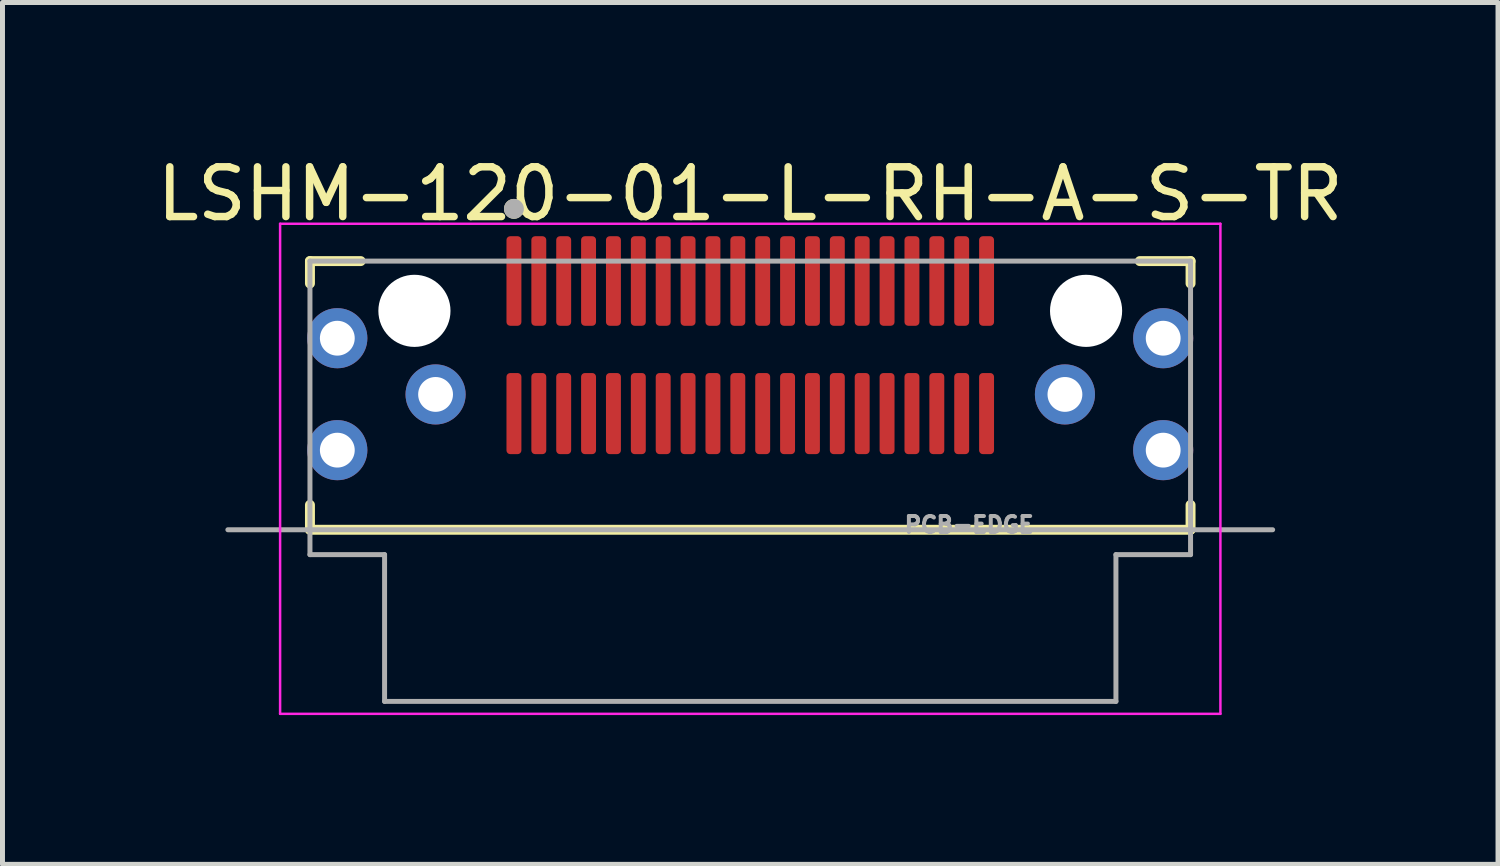
<source format=kicad_pcb>
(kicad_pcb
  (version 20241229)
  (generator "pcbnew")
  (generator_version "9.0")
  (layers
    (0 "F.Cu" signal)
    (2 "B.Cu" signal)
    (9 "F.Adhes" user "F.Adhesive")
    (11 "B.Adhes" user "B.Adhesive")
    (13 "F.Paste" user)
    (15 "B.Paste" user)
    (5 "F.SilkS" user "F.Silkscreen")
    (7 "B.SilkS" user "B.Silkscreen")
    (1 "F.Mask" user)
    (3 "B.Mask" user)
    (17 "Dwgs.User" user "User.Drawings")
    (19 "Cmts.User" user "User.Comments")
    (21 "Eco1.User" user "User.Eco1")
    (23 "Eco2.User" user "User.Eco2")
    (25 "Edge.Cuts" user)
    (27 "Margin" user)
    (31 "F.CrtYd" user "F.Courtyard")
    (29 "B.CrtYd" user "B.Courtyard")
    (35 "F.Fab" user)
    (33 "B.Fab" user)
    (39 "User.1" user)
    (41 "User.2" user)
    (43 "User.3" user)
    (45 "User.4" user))
  (footprint "LSHM-120-01-L-RH-A-S-TR"
    (layer "F.Cu")
    (at 12.03 3.198)
    (property "Reference" "LSHM-120-01-L-RH-A-S-TR" (at 0 -2.35 0) (layer "F.SilkS") (effects (font (size 1 1) (thickness 0.15))))
    (attr smd)
    (fp_line (start -8.85 -1) (end -7.83 -1) (stroke (width 0.2) (type solid)) (layer "F.SilkS"))
    (fp_line (start -8.85 -0.55) (end -8.85 -1) (stroke (width 0.2) (type solid)) (layer "F.SilkS"))
    (fp_line (start -8.85 3.9) (end -8.85 4.4) (stroke (width 0.2) (type solid)) (layer "F.SilkS"))
    (fp_line (start -8.85 4.4) (end 8.85 4.4) (stroke (width 0.2) (type solid)) (layer "F.SilkS"))
    (fp_line (start 7.83 -1) (end 8.85 -1) (stroke (width 0.2) (type solid)) (layer "F.SilkS"))
    (fp_line (start 8.85 -1) (end 8.85 -0.55) (stroke (width 0.2) (type solid)) (layer "F.SilkS"))
    (fp_line (start 8.85 4.4) (end 8.85 3.9) (stroke (width 0.2) (type solid)) (layer "F.SilkS"))
    (fp_circle (center -4.75 -2.05) (end -4.65 -2.05) (stroke (width 0.2) (type solid)) (fill no) (layer "F.SilkS"))
    (fp_circle (center -8.3 2.8) (end -7.875 2.8) (stroke (width 0.85) (type solid)) (fill no) (layer "F.Paste"))
    (fp_circle (center 8.3 2.8) (end 8.725 2.8) (stroke (width 0.85) (type solid)) (fill no) (layer "F.Paste"))
    (fp_poly (pts (xy -7.955 -0.227) (xy -7.979 -0.236) (xy -8 -0.243) (xy -8.02 -0.25) (xy -8.04 -0.256) (xy -8.06 -0.262) (xy -8.081 -0.267) (xy -8.102 -0.271) (xy -8.122 -0.276) (xy -8.143 -0.279) (xy -8.164 -0.283) (xy -8.185 -0.286) (xy -8.206 -0.288) (xy -8.228 -0.29) (xy -8.249 -0.291) (xy -8.27 -0.292) (xy -8.291 -0.293) (xy -8.312 -0.293) (xy -8.333 -0.292) (xy -8.355 -0.291) (xy -8.376 -0.29) (xy -8.397 -0.288) (xy -8.418 -0.286) (xy -8.439 -0.283) (xy -8.46 -0.28) (xy -8.481 -0.276) (xy -8.502 -0.272) (xy -8.522 -0.267) (xy -8.543 -0.262) (xy -8.563 -0.257) (xy -8.591 -0.249) (xy -8.632 -0.232) (xy -8.673 -0.214) (xy -8.712 -0.193) (xy -8.75 -0.171) (xy -8.788 -0.146) (xy -8.823 -0.12) (xy -8.858 -0.092) (xy -8.89 -0.061) (xy -8.922 -0.03) (xy -8.951 0.004) (xy -8.979 0.038) (xy -9.005 0.075) (xy -9.029 0.112) (xy -9.051 0.151) (xy -9.07 0.191) (xy -9.088 0.232) (xy -9.104 0.273) (xy -9.117 0.316) (xy -9.128 0.359) (xy -9.137 0.402) (xy -9.144 0.446) (xy -9.148 0.491) (xy -9.15 0.535) (xy -9.149 0.58) (xy -9.147 0.624) (xy -9.142 0.668) (xy -9.134 0.712) (xy -9.125 0.756) (xy -9.113 0.799) (xy -9.099 0.841) (xy -9.082 0.882) (xy -9.064 0.923) (xy -9.043 0.962) (xy -9.021 1) (xy -8.996 1.038) (xy -8.97 1.073) (xy -8.942 1.108) (xy -8.911 1.14) (xy -8.88 1.172) (xy -8.846 1.201) (xy -8.812 1.229) (xy -8.775 1.255) (xy -8.738 1.279) (xy -8.699 1.301) (xy -8.659 1.32) (xy -8.618 1.338) (xy -8.577 1.354) (xy -8.534 1.367) (xy -8.491 1.378) (xy -8.448 1.387) (xy -8.404 1.394) (xy -8.359 1.398) (xy -8.315 1.4) (xy -8.27 1.399) (xy -8.226 1.397) (xy -8.182 1.392) (xy -8.138 1.384) (xy -8.094 1.375) (xy -8.051 1.363) (xy -8.009 1.349) (xy -7.989 1.341) (xy -7.969 1.333) (xy -7.949 1.324) (xy -7.929 1.315) (xy -7.91 1.305) (xy -7.89 1.295) (xy -7.871 1.284) (xy -7.853 1.273) (xy -7.834 1.261) (xy -7.816 1.249) (xy -7.798 1.236) (xy -7.781 1.223) (xy -7.764 1.21) (xy -7.747 1.196) (xy -7.731 1.181) (xy -7.715 1.167) (xy -7.699 1.151) (xy -7.684 1.136) (xy -7.669 1.12) (xy -7.655 1.103) (xy -7.641 1.087) (xy -7.627 1.07) (xy -7.614 1.052) (xy -7.601 1.035) (xy -7.589 1.016) (xy -7.577 0.998) (xy -7.566 0.979) (xy -7.555 0.961) (xy -7.545 0.941) (xy -7.536 0.924) (xy -7.955 -0.227) (xy -7.955 -0.227)) (stroke (width 0.01) (type solid)) (fill yes) (layer "F.Paste"))
    (fp_poly (pts (xy -7.069 1.269) (xy -7.081 1.292) (xy -7.089 1.311) (xy -7.097 1.331) (xy -7.105 1.351) (xy -7.113 1.371) (xy -7.12 1.391) (xy -7.126 1.411) (xy -7.132 1.431) (xy -7.138 1.452) (xy -7.143 1.472) (xy -7.147 1.493) (xy -7.152 1.514) (xy -7.155 1.535) (xy -7.159 1.556) (xy -7.161 1.577) (xy -7.164 1.598) (xy -7.166 1.619) (xy -7.167 1.64) (xy -7.168 1.661) (xy -7.168 1.682) (xy -7.168 1.703) (xy -7.168 1.725) (xy -7.167 1.746) (xy -7.166 1.767) (xy -7.164 1.788) (xy -7.162 1.809) (xy -7.159 1.83) (xy -7.155 1.851) (xy -7.152 1.872) (xy -7.146 1.9) (xy -7.133 1.943) (xy -7.119 1.985) (xy -7.102 2.026) (xy -7.082 2.066) (xy -7.061 2.105) (xy -7.038 2.143) (xy -7.013 2.18) (xy -6.986 2.215) (xy -6.957 2.249) (xy -6.926 2.281) (xy -6.894 2.312) (xy -6.86 2.341) (xy -6.825 2.368) (xy -6.788 2.393) (xy -6.75 2.416) (xy -6.711 2.437) (xy -6.671 2.457) (xy -6.63 2.474) (xy -6.588 2.488) (xy -6.545 2.501) (xy -6.502 2.511) (xy -6.458 2.52) (xy -6.414 2.525) (xy -6.369 2.529) (xy -6.325 2.53) (xy -6.281 2.529) (xy -6.236 2.525) (xy -6.192 2.52) (xy -6.148 2.511) (xy -6.105 2.501) (xy -6.062 2.488) (xy -6.02 2.474) (xy -5.979 2.457) (xy -5.939 2.437) (xy -5.9 2.416) (xy -5.862 2.393) (xy -5.825 2.368) (xy -5.79 2.341) (xy -5.756 2.312) (xy -5.724 2.281) (xy -5.693 2.249) (xy -5.664 2.215) (xy -5.637 2.18) (xy -5.612 2.143) (xy -5.589 2.105) (xy -5.568 2.066) (xy -5.548 2.026) (xy -5.531 1.985) (xy -5.517 1.943) (xy -5.504 1.9) (xy -5.494 1.857) (xy -5.485 1.813) (xy -5.48 1.769) (xy -5.476 1.724) (xy -5.475 1.68) (xy -5.476 1.636) (xy -5.48 1.591) (xy -5.485 1.547) (xy -5.494 1.503) (xy -5.504 1.46) (xy -5.51 1.439) (xy -5.516 1.418) (xy -5.523 1.398) (xy -5.531 1.377) (xy -5.539 1.357) (xy -5.547 1.337) (xy -5.556 1.317) (xy -5.566 1.297) (xy -5.576 1.278) (xy -5.587 1.259) (xy -5.598 1.24) (xy -5.609 1.222) (xy -5.621 1.203) (xy -5.634 1.185) (xy -5.646 1.168) (xy -5.66 1.151) (xy -5.674 1.134) (xy -5.688 1.117) (xy -5.702 1.101) (xy -5.717 1.085) (xy -5.733 1.07) (xy -5.749 1.055) (xy -5.765 1.04) (xy -5.781 1.026) (xy -5.798 1.012) (xy -5.816 0.999) (xy -5.833 0.986) (xy -5.851 0.974) (xy -5.869 0.962) (xy -5.886 0.952) (xy -7.069 1.269) (xy -7.069 1.269)) (stroke (width 0.01) (type solid)) (fill yes) (layer "F.Paste"))
    (fp_poly (pts (xy 5.886 0.952) (xy 5.875 0.959) (xy 5.857 0.971) (xy 5.84 0.984) (xy 5.823 0.997) (xy 5.806 1.011) (xy 5.79 1.025) (xy 5.773 1.039) (xy 5.758 1.054) (xy 5.742 1.069) (xy 5.727 1.084) (xy 5.712 1.1) (xy 5.698 1.116) (xy 5.684 1.132) (xy 5.67 1.149) (xy 5.657 1.165) (xy 5.644 1.183) (xy 5.631 1.2) (xy 5.619 1.218) (xy 5.607 1.236) (xy 5.596 1.254) (xy 5.585 1.273) (xy 5.575 1.292) (xy 5.565 1.311) (xy 5.555 1.33) (xy 5.546 1.35) (xy 5.537 1.37) (xy 5.529 1.389) (xy 5.521 1.409) (xy 5.514 1.43) (xy 5.506 1.454) (xy 5.495 1.497) (xy 5.487 1.541) (xy 5.481 1.585) (xy 5.478 1.629) (xy 5.477 1.674) (xy 5.478 1.718) (xy 5.481 1.762) (xy 5.487 1.807) (xy 5.495 1.85) (xy 5.506 1.894) (xy 5.518 1.936) (xy 5.533 1.978) (xy 5.55 2.019) (xy 5.569 2.059) (xy 5.591 2.099) (xy 5.614 2.137) (xy 5.639 2.173) (xy 5.666 2.209) (xy 5.695 2.242) (xy 5.726 2.275) (xy 5.758 2.305) (xy 5.792 2.334) (xy 5.827 2.361) (xy 5.864 2.386) (xy 5.902 2.41) (xy 5.941 2.431) (xy 5.981 2.45) (xy 6.022 2.467) (xy 6.064 2.482) (xy 6.107 2.495) (xy 6.15 2.505) (xy 6.194 2.513) (xy 6.238 2.519) (xy 6.282 2.522) (xy 6.327 2.524) (xy 6.371 2.522) (xy 6.416 2.519) (xy 6.46 2.513) (xy 6.504 2.505) (xy 6.547 2.495) (xy 6.589 2.482) (xy 6.631 2.467) (xy 6.673 2.45) (xy 6.713 2.431) (xy 6.752 2.41) (xy 6.79 2.386) (xy 6.826 2.361) (xy 6.862 2.334) (xy 6.896 2.305) (xy 6.928 2.275) (xy 6.958 2.242) (xy 6.987 2.209) (xy 7.014 2.173) (xy 7.04 2.137) (xy 7.063 2.099) (xy 7.084 2.059) (xy 7.103 2.019) (xy 7.12 1.978) (xy 7.135 1.936) (xy 7.148 1.894) (xy 7.152 1.876) (xy 7.157 1.855) (xy 7.161 1.834) (xy 7.165 1.812) (xy 7.168 1.791) (xy 7.171 1.77) (xy 7.173 1.748) (xy 7.174 1.727) (xy 7.175 1.705) (xy 7.176 1.684) (xy 7.176 1.662) (xy 7.175 1.64) (xy 7.174 1.619) (xy 7.172 1.597) (xy 7.169 1.576) (xy 7.166 1.554) (xy 7.163 1.533) (xy 7.159 1.512) (xy 7.155 1.491) (xy 7.149 1.47) (xy 7.144 1.449) (xy 7.138 1.428) (xy 7.131 1.408) (xy 7.124 1.387) (xy 7.116 1.367) (xy 7.108 1.347) (xy 7.099 1.328) (xy 7.09 1.308) (xy 7.08 1.289) (xy 7.069 1.269) (xy 5.886 0.952) (xy 5.886 0.952)) (stroke (width 0.01) (type solid)) (fill yes) (layer "F.Paste"))
    (fp_poly (pts (xy 7.536 0.924) (xy 7.545 0.939) (xy 7.556 0.958) (xy 7.567 0.976) (xy 7.579 0.994) (xy 7.592 1.012) (xy 7.605 1.029) (xy 7.618 1.046) (xy 7.631 1.063) (xy 7.645 1.08) (xy 7.66 1.096) (xy 7.674 1.112) (xy 7.689 1.128) (xy 7.705 1.143) (xy 7.72 1.158) (xy 7.736 1.172) (xy 7.753 1.187) (xy 7.77 1.2) (xy 7.787 1.214) (xy 7.804 1.227) (xy 7.821 1.239) (xy 7.839 1.252) (xy 7.858 1.263) (xy 7.876 1.275) (xy 7.895 1.286) (xy 7.914 1.296) (xy 7.933 1.306) (xy 7.952 1.316) (xy 7.972 1.325) (xy 7.991 1.334) (xy 8.011 1.342) (xy 8.053 1.356) (xy 8.096 1.368) (xy 8.14 1.378) (xy 8.184 1.385) (xy 8.228 1.39) (xy 8.272 1.393) (xy 8.317 1.393) (xy 8.361 1.392) (xy 8.405 1.387) (xy 8.449 1.381) (xy 8.493 1.372) (xy 8.536 1.361) (xy 8.579 1.347) (xy 8.62 1.332) (xy 8.661 1.314) (xy 8.701 1.294) (xy 8.74 1.272) (xy 8.777 1.248) (xy 8.813 1.222) (xy 8.848 1.195) (xy 8.881 1.165) (xy 8.913 1.134) (xy 8.943 1.101) (xy 8.972 1.067) (xy 8.998 1.031) (xy 9.023 0.994) (xy 9.045 0.956) (xy 9.066 0.916) (xy 9.084 0.876) (xy 9.101 0.834) (xy 9.115 0.792) (xy 9.127 0.749) (xy 9.136 0.706) (xy 9.144 0.662) (xy 9.149 0.618) (xy 9.151 0.573) (xy 9.152 0.529) (xy 9.15 0.484) (xy 9.145 0.44) (xy 9.139 0.396) (xy 9.13 0.352) (xy 9.119 0.309) (xy 9.105 0.267) (xy 9.09 0.225) (xy 9.072 0.184) (xy 9.052 0.145) (xy 9.03 0.106) (xy 9.006 0.068) (xy 8.981 0.032) (xy 8.953 -0.003) (xy 8.923 -0.036) (xy 8.892 -0.068) (xy 8.859 -0.098) (xy 8.825 -0.126) (xy 8.789 -0.153) (xy 8.752 -0.177) (xy 8.714 -0.2) (xy 8.674 -0.22) (xy 8.634 -0.239) (xy 8.593 -0.255) (xy 8.566 -0.264) (xy 8.546 -0.27) (xy 8.525 -0.276) (xy 8.504 -0.281) (xy 8.484 -0.286) (xy 8.463 -0.29) (xy 8.441 -0.293) (xy 8.42 -0.296) (xy 8.399 -0.299) (xy 8.378 -0.301) (xy 8.356 -0.302) (xy 8.335 -0.303) (xy 8.314 -0.304) (xy 8.292 -0.304) (xy 8.271 -0.303) (xy 8.25 -0.302) (xy 8.228 -0.3) (xy 8.207 -0.298) (xy 8.186 -0.295) (xy 8.165 -0.292) (xy 8.144 -0.288) (xy 8.123 -0.283) (xy 8.102 -0.279) (xy 8.081 -0.273) (xy 8.061 -0.267) (xy 8.041 -0.261) (xy 8.02 -0.254) (xy 8 -0.246) (xy 7.98 -0.238) (xy 7.955 -0.227) (xy 7.536 0.924) (xy 7.536 0.924)) (stroke (width 0.01) (type solid)) (fill yes) (layer "F.Paste"))
    (fp_line (start -9.45 -1.75) (end 9.45 -1.75) (stroke (width 0.05) (type solid)) (layer "F.CrtYd"))
    (fp_line (start -9.45 8.1) (end -9.45 -1.75) (stroke (width 0.05) (type solid)) (layer "F.CrtYd"))
    (fp_line (start 9.45 -1.75) (end 9.45 8.1) (stroke (width 0.05) (type solid)) (layer "F.CrtYd"))
    (fp_line (start 9.45 8.1) (end -9.45 8.1) (stroke (width 0.05) (type solid)) (layer "F.CrtYd"))
    (fp_line (start -10.5 4.4) (end 10.5 4.4) (stroke (width 0.1) (type solid)) (layer "F.Fab"))
    (fp_line (start -8.85 -1) (end 8.85 -1) (stroke (width 0.1) (type solid)) (layer "F.Fab"))
    (fp_line (start -8.85 4.9) (end -8.85 -1) (stroke (width 0.1) (type solid)) (layer "F.Fab"))
    (fp_line (start -7.35 4.9) (end -8.85 4.9) (stroke (width 0.1) (type solid)) (layer "F.Fab"))
    (fp_line (start -7.35 7.85) (end -7.35 4.9) (stroke (width 0.1) (type solid)) (layer "F.Fab"))
    (fp_line (start 7.35 4.9) (end 7.35 7.85) (stroke (width 0.1) (type solid)) (layer "F.Fab"))
    (fp_line (start 7.35 7.85) (end -7.35 7.85) (stroke (width 0.1) (type solid)) (layer "F.Fab"))
    (fp_line (start 8.85 -1) (end 8.85 4.9) (stroke (width 0.1) (type solid)) (layer "F.Fab"))
    (fp_line (start 8.85 4.9) (end 7.35 4.9) (stroke (width 0.1) (type solid)) (layer "F.Fab"))
    (fp_circle (center -4.75 -2.05) (end -4.65 -2.05) (stroke (width 0.2) (type solid)) (fill no) (layer "F.Fab"))
    (fp_text user "PCB-EDGE" (at 4.4 4.3 0) (layer "F.Fab") (effects (font (size 0.32 0.32) (thickness 0.15))))
    (pad "" np_thru_hole circle (at -6.75 0) (size 1.45 1.45) (drill 1.45) (layers "*.Cu" "*.Mask"))
    (pad "" np_thru_hole circle (at 6.75 0) (size 1.45 1.45) (drill 1.45) (layers "*.Cu" "*.Mask"))
    (pad "1" smd roundrect (at -4.75 -0.6) (size 0.3 1.8) (layers "F.Cu" "F.Mask" "F.Paste") (roundrect_rratio 0.25))
    (pad "2" smd roundrect (at -4.75 2.065) (size 0.3 1.63) (layers "F.Cu" "F.Mask" "F.Paste") (roundrect_rratio 0.25))
    (pad "3" smd roundrect (at -4.25 -0.6) (size 0.3 1.8) (layers "F.Cu" "F.Mask" "F.Paste") (roundrect_rratio 0.25))
    (pad "4" smd roundrect (at -4.25 2.065) (size 0.3 1.63) (layers "F.Cu" "F.Mask" "F.Paste") (roundrect_rratio 0.25))
    (pad "5" smd roundrect (at -3.75 -0.6) (size 0.3 1.8) (layers "F.Cu" "F.Mask" "F.Paste") (roundrect_rratio 0.25))
    (pad "6" smd roundrect (at -3.75 2.065) (size 0.3 1.63) (layers "F.Cu" "F.Mask" "F.Paste") (roundrect_rratio 0.25))
    (pad "7" smd roundrect (at -3.25 -0.6) (size 0.3 1.8) (layers "F.Cu" "F.Mask" "F.Paste") (roundrect_rratio 0.25))
    (pad "8" smd roundrect (at -3.25 2.065) (size 0.3 1.63) (layers "F.Cu" "F.Mask" "F.Paste") (roundrect_rratio 0.25))
    (pad "9" smd roundrect (at -2.75 -0.6) (size 0.3 1.8) (layers "F.Cu" "F.Mask" "F.Paste") (roundrect_rratio 0.25))
    (pad "10" smd roundrect (at -2.75 2.065) (size 0.3 1.63) (layers "F.Cu" "F.Mask" "F.Paste") (roundrect_rratio 0.25))
    (pad "11" smd roundrect (at -2.25 -0.6) (size 0.3 1.8) (layers "F.Cu" "F.Mask" "F.Paste") (roundrect_rratio 0.25))
    (pad "12" smd roundrect (at -2.25 2.065) (size 0.3 1.63) (layers "F.Cu" "F.Mask" "F.Paste") (roundrect_rratio 0.25))
    (pad "13" smd roundrect (at -1.75 -0.6) (size 0.3 1.8) (layers "F.Cu" "F.Mask" "F.Paste") (roundrect_rratio 0.25))
    (pad "14" smd roundrect (at -1.75 2.065) (size 0.3 1.63) (layers "F.Cu" "F.Mask" "F.Paste") (roundrect_rratio 0.25))
    (pad "15" smd roundrect (at -1.25 -0.6) (size 0.3 1.8) (layers "F.Cu" "F.Mask" "F.Paste") (roundrect_rratio 0.25))
    (pad "16" smd roundrect (at -1.25 2.065) (size 0.3 1.63) (layers "F.Cu" "F.Mask" "F.Paste") (roundrect_rratio 0.25))
    (pad "17" smd roundrect (at -0.75 -0.6) (size 0.3 1.8) (layers "F.Cu" "F.Mask" "F.Paste") (roundrect_rratio 0.25))
    (pad "18" smd roundrect (at -0.75 2.065) (size 0.3 1.63) (layers "F.Cu" "F.Mask" "F.Paste") (roundrect_rratio 0.25))
    (pad "19" smd roundrect (at -0.25 -0.6) (size 0.3 1.8) (layers "F.Cu" "F.Mask" "F.Paste") (roundrect_rratio 0.25))
    (pad "20" smd roundrect (at -0.25 2.065) (size 0.3 1.63) (layers "F.Cu" "F.Mask" "F.Paste") (roundrect_rratio 0.25))
    (pad "21" smd roundrect (at 0.25 -0.6) (size 0.3 1.8) (layers "F.Cu" "F.Mask" "F.Paste") (roundrect_rratio 0.25))
    (pad "22" smd roundrect (at 0.25 2.065) (size 0.3 1.63) (layers "F.Cu" "F.Mask" "F.Paste") (roundrect_rratio 0.25))
    (pad "23" smd roundrect (at 0.75 -0.6) (size 0.3 1.8) (layers "F.Cu" "F.Mask" "F.Paste") (roundrect_rratio 0.25))
    (pad "24" smd roundrect (at 0.75 2.065) (size 0.3 1.63) (layers "F.Cu" "F.Mask" "F.Paste") (roundrect_rratio 0.25))
    (pad "25" smd roundrect (at 1.25 -0.6) (size 0.3 1.8) (layers "F.Cu" "F.Mask" "F.Paste") (roundrect_rratio 0.25))
    (pad "26" smd roundrect (at 1.25 2.065) (size 0.3 1.63) (layers "F.Cu" "F.Mask" "F.Paste") (roundrect_rratio 0.25))
    (pad "27" smd roundrect (at 1.75 -0.6) (size 0.3 1.8) (layers "F.Cu" "F.Mask" "F.Paste") (roundrect_rratio 0.25))
    (pad "28" smd roundrect (at 1.75 2.065) (size 0.3 1.63) (layers "F.Cu" "F.Mask" "F.Paste") (roundrect_rratio 0.25))
    (pad "29" smd roundrect (at 2.25 -0.6) (size 0.3 1.8) (layers "F.Cu" "F.Mask" "F.Paste") (roundrect_rratio 0.25))
    (pad "30" smd roundrect (at 2.25 2.065) (size 0.3 1.63) (layers "F.Cu" "F.Mask" "F.Paste") (roundrect_rratio 0.25))
    (pad "31" smd roundrect (at 2.75 -0.6) (size 0.3 1.8) (layers "F.Cu" "F.Mask" "F.Paste") (roundrect_rratio 0.25))
    (pad "32" smd roundrect (at 2.75 2.065) (size 0.3 1.63) (layers "F.Cu" "F.Mask" "F.Paste") (roundrect_rratio 0.25))
    (pad "33" smd roundrect (at 3.25 -0.6) (size 0.3 1.8) (layers "F.Cu" "F.Mask" "F.Paste") (roundrect_rratio 0.25))
    (pad "34" smd roundrect (at 3.25 2.065) (size 0.3 1.63) (layers "F.Cu" "F.Mask" "F.Paste") (roundrect_rratio 0.25))
    (pad "35" smd roundrect (at 3.75 -0.6) (size 0.3 1.8) (layers "F.Cu" "F.Mask" "F.Paste") (roundrect_rratio 0.25))
    (pad "36" smd roundrect (at 3.75 2.065) (size 0.3 1.63) (layers "F.Cu" "F.Mask" "F.Paste") (roundrect_rratio 0.25))
    (pad "37" smd roundrect (at 4.25 -0.6) (size 0.3 1.8) (layers "F.Cu" "F.Mask" "F.Paste") (roundrect_rratio 0.25))
    (pad "38" smd roundrect (at 4.25 2.065) (size 0.3 1.63) (layers "F.Cu" "F.Mask" "F.Paste") (roundrect_rratio 0.25))
    (pad "39" smd roundrect (at 4.75 -0.6) (size 0.3 1.8) (layers "F.Cu" "F.Mask" "F.Paste") (roundrect_rratio 0.25))
    (pad "40" smd roundrect (at 4.75 2.065) (size 0.3 1.63) (layers "F.Cu" "F.Mask" "F.Paste") (roundrect_rratio 0.25))
    (pad "SH" thru_hole circle (at -8.3 0.55) (size 1.208 1.208) (drill 0.7) (layers "*.Cu" "*.Mask"))
    (pad "SH" thru_hole circle (at -8.3 2.8) (size 1.208 1.208) (drill 0.7) (layers "*.Cu" "*.Mask"))
    (pad "SH" thru_hole circle (at -6.325 1.68) (size 1.208 1.208) (drill 0.7) (layers "*.Cu" "*.Mask"))
    (pad "SH" thru_hole circle (at 6.325 1.68) (size 1.208 1.208) (drill 0.7) (layers "*.Cu" "*.Mask"))
    (pad "SH" thru_hole circle (at 8.3 0.55) (size 1.208 1.208) (drill 0.7) (layers "*.Cu" "*.Mask"))
    (pad "SH" thru_hole circle (at 8.3 2.8) (size 1.208 1.208) (drill 0.7) (layers "*.Cu" "*.Mask")))
  (gr_rect
    (start -3 -3)
    (end 27.06 14.323)
    (stroke (width 0.1) (type default))
    (fill no)
    (layer "Edge.Cuts")))
</source>
